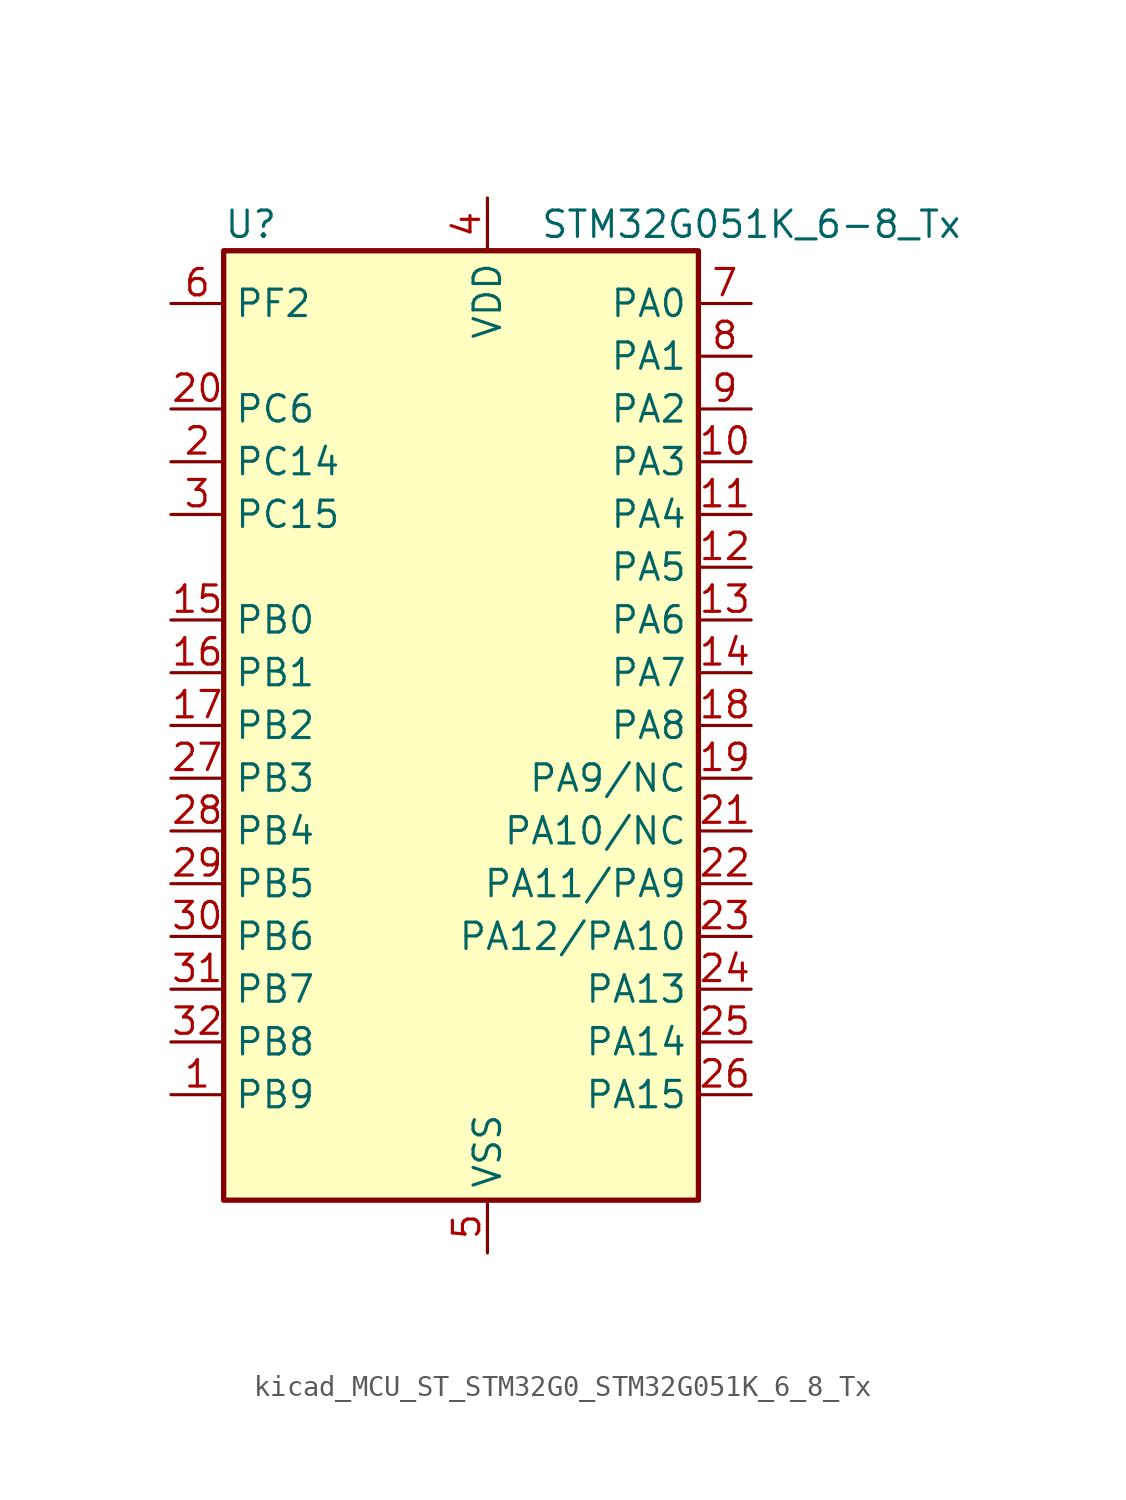
<source format=kicad_sym>
(kicad_symbol_lib
  (version 20220914)
  (generator kicad_symbol_editor)
  (symbol "kicad_MCU_ST_STM32G0_STM32G051K_6_8_Tx"
    (property "Reference" "U"
      (at -10.16 24.13 0)
      (effects (font (size 1.27 1.27)) (justify left)))
    (property "Value" "STM32G051K_6-8_Tx"
      (at 5.08 24.13 0)
      (effects (font (size 1.27 1.27)) (justify left)))
    (property "ki_locked" ""
      (at 0 0 0)
      (effects (font (size 1.27 1.27))))
    (symbol "kicad_MCU_ST_STM32G0_STM32G051K_6_8_Tx_0_1"
      (rectangle (start -10.16 -22.86) (end 12.7 22.86) (stroke (width 0.254) (type default)) (fill (type background))))
    (symbol "kicad_MCU_ST_STM32G0_STM32G051K_6_8_Tx_1_1"
      (pin bidirectional line (at -12.7 -17.78 0) (length 2.54) (name "PB9" (effects (font (size 1.27 1.27)))) (number "1" (effects (font (size 1.27 1.27)))) (alternate "DAC1_EXTI9" bidirectional line) (alternate "I2C1_SDA" bidirectional line) (alternate "IR_OUT" bidirectional line) (alternate "SPI2_NSS" bidirectional line) (alternate "TIM17_CH1" bidirectional line))
      (pin bidirectional line (at 15.24 12.7 180) (length 2.54) (name "PA3" (effects (font (size 1.27 1.27)))) (number "10" (effects (font (size 1.27 1.27)))) (alternate "ADC1_IN3" bidirectional line) (alternate "COMP2_INP" bidirectional line) (alternate "LPUART1_RX" bidirectional line) (alternate "SPI2_MISO" bidirectional line) (alternate "TIM15_CH2" bidirectional line) (alternate "TIM2_CH4" bidirectional line) (alternate "USART2_RX" bidirectional line))
      (pin bidirectional line (at 15.24 10.16 180) (length 2.54) (name "PA4" (effects (font (size 1.27 1.27)))) (number "11" (effects (font (size 1.27 1.27)))) (alternate "ADC1_IN4" bidirectional line) (alternate "DAC1_OUT1" bidirectional line) (alternate "I2S1_WS" bidirectional line) (alternate "LPTIM2_OUT" bidirectional line) (alternate "RTC_OUT1" bidirectional line) (alternate "RTC_TAMP_IN1" bidirectional line) (alternate "RTC_TS" bidirectional line) (alternate "SPI1_NSS" bidirectional line) (alternate "SPI2_MOSI" bidirectional line) (alternate "SYS_WKUP2" bidirectional line) (alternate "TIM14_CH1" bidirectional line))
      (pin bidirectional line (at 15.24 7.62 180) (length 2.54) (name "PA5" (effects (font (size 1.27 1.27)))) (number "12" (effects (font (size 1.27 1.27)))) (alternate "ADC1_IN5" bidirectional line) (alternate "DAC1_OUT2" bidirectional line) (alternate "I2S1_CK" bidirectional line) (alternate "LPTIM2_ETR" bidirectional line) (alternate "SPI1_SCK" bidirectional line) (alternate "TIM2_CH1" bidirectional line) (alternate "TIM2_ETR" bidirectional line))
      (pin bidirectional line (at 15.24 5.08 180) (length 2.54) (name "PA6" (effects (font (size 1.27 1.27)))) (number "13" (effects (font (size 1.27 1.27)))) (alternate "ADC1_IN6" bidirectional line) (alternate "COMP1_OUT" bidirectional line) (alternate "I2S1_MCK" bidirectional line) (alternate "LPUART1_CTS" bidirectional line) (alternate "SPI1_MISO" bidirectional line) (alternate "TIM16_CH1" bidirectional line) (alternate "TIM1_BK" bidirectional line) (alternate "TIM3_CH1" bidirectional line))
      (pin bidirectional line (at 15.24 2.54 180) (length 2.54) (name "PA7" (effects (font (size 1.27 1.27)))) (number "14" (effects (font (size 1.27 1.27)))) (alternate "ADC1_IN7" bidirectional line) (alternate "COMP2_OUT" bidirectional line) (alternate "I2S1_SD" bidirectional line) (alternate "SPI1_MOSI" bidirectional line) (alternate "TIM14_CH1" bidirectional line) (alternate "TIM17_CH1" bidirectional line) (alternate "TIM1_CH1N" bidirectional line) (alternate "TIM3_CH2" bidirectional line))
      (pin bidirectional line (at -12.7 5.08 0) (length 2.54) (name "PB0" (effects (font (size 1.27 1.27)))) (number "15" (effects (font (size 1.27 1.27)))) (alternate "ADC1_IN8" bidirectional line) (alternate "COMP1_OUT" bidirectional line) (alternate "I2S1_WS" bidirectional line) (alternate "LPTIM1_OUT" bidirectional line) (alternate "SPI1_NSS" bidirectional line) (alternate "TIM1_CH2N" bidirectional line) (alternate "TIM3_CH3" bidirectional line))
      (pin bidirectional line (at -12.7 2.54 0) (length 2.54) (name "PB1" (effects (font (size 1.27 1.27)))) (number "16" (effects (font (size 1.27 1.27)))) (alternate "ADC1_IN9" bidirectional line) (alternate "COMP1_INM" bidirectional line) (alternate "LPTIM2_IN1" bidirectional line) (alternate "LPUART1_DE" bidirectional line) (alternate "LPUART1_RTS" bidirectional line) (alternate "TIM14_CH1" bidirectional line) (alternate "TIM1_CH3N" bidirectional line) (alternate "TIM3_CH4" bidirectional line))
      (pin bidirectional line (at -12.7 0 0) (length 2.54) (name "PB2" (effects (font (size 1.27 1.27)))) (number "17" (effects (font (size 1.27 1.27)))) (alternate "ADC1_IN10" bidirectional line) (alternate "COMP1_INP" bidirectional line) (alternate "LPTIM1_OUT" bidirectional line) (alternate "SPI2_MISO" bidirectional line))
      (pin bidirectional line (at 15.24 0 180) (length 2.54) (name "PA8" (effects (font (size 1.27 1.27)))) (number "18" (effects (font (size 1.27 1.27)))) (alternate "LPTIM2_OUT" bidirectional line) (alternate "RCC_MCO" bidirectional line) (alternate "SPI2_NSS" bidirectional line) (alternate "TIM1_CH1" bidirectional line))
      (pin bidirectional line (at 15.24 -2.54 180) (length 2.54) (name "PA9/NC" (effects (font (size 1.27 1.27)))) (number "19" (effects (font (size 1.27 1.27)))) (alternate "DAC1_EXTI9" bidirectional line) (alternate "I2C1_SCL" bidirectional line) (alternate "RCC_MCO" bidirectional line) (alternate "SPI2_MISO" bidirectional line) (alternate "TIM15_BK" bidirectional line) (alternate "TIM1_CH2" bidirectional line) (alternate "USART1_TX" bidirectional line))
      (pin bidirectional line (at -12.7 12.7 0) (length 2.54) (name "PC14" (effects (font (size 1.27 1.27)))) (number "2" (effects (font (size 1.27 1.27)))) (alternate "RCC_OSC32_IN" bidirectional line) (alternate "RCC_OSC_IN" bidirectional line) (alternate "TIM1_BK2" bidirectional line))
      (pin bidirectional line (at -12.7 15.24 0) (length 2.54) (name "PC6" (effects (font (size 1.27 1.27)))) (number "20" (effects (font (size 1.27 1.27)))) (alternate "TIM2_CH3" bidirectional line) (alternate "TIM3_CH1" bidirectional line))
      (pin bidirectional line (at 15.24 -5.08 180) (length 2.54) (name "PA10/NC" (effects (font (size 1.27 1.27)))) (number "21" (effects (font (size 1.27 1.27)))) (alternate "I2C1_SDA" bidirectional line) (alternate "SPI2_MOSI" bidirectional line) (alternate "TIM17_BK" bidirectional line) (alternate "TIM1_CH3" bidirectional line) (alternate "USART1_RX" bidirectional line))
      (pin bidirectional line (at 15.24 -7.62 180) (length 2.54) (name "PA11/PA9" (effects (font (size 1.27 1.27)))) (number "22" (effects (font (size 1.27 1.27)))) (alternate "ADC1_EXTI11" bidirectional line) (alternate "ADC1_IN15" bidirectional line) (alternate "COMP1_OUT" bidirectional line) (alternate "I2C2_SCL" bidirectional line) (alternate "I2S1_MCK" bidirectional line) (alternate "SPI1_MISO" bidirectional line) (alternate "TIM1_BK2" bidirectional line) (alternate "TIM1_CH4" bidirectional line) (alternate "USART1_CTS" bidirectional line) (alternate "USART1_NSS" bidirectional line))
      (pin bidirectional line (at 15.24 -10.16 180) (length 2.54) (name "PA12/PA10" (effects (font (size 1.27 1.27)))) (number "23" (effects (font (size 1.27 1.27)))) (alternate "ADC1_IN16" bidirectional line) (alternate "COMP2_OUT" bidirectional line) (alternate "I2C2_SDA" bidirectional line) (alternate "I2S1_SD" bidirectional line) (alternate "I2S_CKIN" bidirectional line) (alternate "SPI1_MOSI" bidirectional line) (alternate "TIM1_ETR" bidirectional line) (alternate "USART1_CK" bidirectional line) (alternate "USART1_DE" bidirectional line) (alternate "USART1_RTS" bidirectional line))
      (pin bidirectional line (at 15.24 -12.7 180) (length 2.54) (name "PA13" (effects (font (size 1.27 1.27)))) (number "24" (effects (font (size 1.27 1.27)))) (alternate "ADC1_IN17" bidirectional line) (alternate "IR_OUT" bidirectional line) (alternate "SYS_SWDIO" bidirectional line))
      (pin bidirectional line (at 15.24 -15.24 180) (length 2.54) (name "PA14" (effects (font (size 1.27 1.27)))) (number "25" (effects (font (size 1.27 1.27)))) (alternate "ADC1_IN18" bidirectional line) (alternate "SYS_SWCLK" bidirectional line) (alternate "USART2_TX" bidirectional line))
      (pin bidirectional line (at 15.24 -17.78 180) (length 2.54) (name "PA15" (effects (font (size 1.27 1.27)))) (number "26" (effects (font (size 1.27 1.27)))) (alternate "I2S1_WS" bidirectional line) (alternate "SPI1_NSS" bidirectional line) (alternate "TIM2_CH1" bidirectional line) (alternate "TIM2_ETR" bidirectional line) (alternate "USART2_RX" bidirectional line))
      (pin bidirectional line (at -12.7 -2.54 0) (length 2.54) (name "PB3" (effects (font (size 1.27 1.27)))) (number "27" (effects (font (size 1.27 1.27)))) (alternate "COMP2_INM" bidirectional line) (alternate "I2S1_CK" bidirectional line) (alternate "SPI1_SCK" bidirectional line) (alternate "TIM1_CH2" bidirectional line) (alternate "TIM2_CH2" bidirectional line) (alternate "USART1_CK" bidirectional line) (alternate "USART1_DE" bidirectional line) (alternate "USART1_RTS" bidirectional line))
      (pin bidirectional line (at -12.7 -5.08 0) (length 2.54) (name "PB4" (effects (font (size 1.27 1.27)))) (number "28" (effects (font (size 1.27 1.27)))) (alternate "COMP2_INP" bidirectional line) (alternate "I2S1_MCK" bidirectional line) (alternate "SPI1_MISO" bidirectional line) (alternate "TIM17_BK" bidirectional line) (alternate "TIM3_CH1" bidirectional line) (alternate "USART1_CTS" bidirectional line) (alternate "USART1_NSS" bidirectional line))
      (pin bidirectional line (at -12.7 -7.62 0) (length 2.54) (name "PB5" (effects (font (size 1.27 1.27)))) (number "29" (effects (font (size 1.27 1.27)))) (alternate "COMP2_OUT" bidirectional line) (alternate "I2C1_SMBA" bidirectional line) (alternate "I2S1_SD" bidirectional line) (alternate "LPTIM1_IN1" bidirectional line) (alternate "SPI1_MOSI" bidirectional line) (alternate "SYS_WKUP6" bidirectional line) (alternate "TIM16_BK" bidirectional line) (alternate "TIM3_CH2" bidirectional line))
      (pin bidirectional line (at -12.7 10.16 0) (length 2.54) (name "PC15" (effects (font (size 1.27 1.27)))) (number "3" (effects (font (size 1.27 1.27)))) (alternate "RCC_OSC32_EN" bidirectional line) (alternate "RCC_OSC32_OUT" bidirectional line) (alternate "RCC_OSC_EN" bidirectional line) (alternate "TIM15_BK" bidirectional line))
      (pin bidirectional line (at -12.7 -10.16 0) (length 2.54) (name "PB6" (effects (font (size 1.27 1.27)))) (number "30" (effects (font (size 1.27 1.27)))) (alternate "COMP2_INP" bidirectional line) (alternate "I2C1_SCL" bidirectional line) (alternate "LPTIM1_ETR" bidirectional line) (alternate "SPI2_MISO" bidirectional line) (alternate "TIM16_CH1N" bidirectional line) (alternate "TIM1_CH3" bidirectional line) (alternate "USART1_TX" bidirectional line))
      (pin bidirectional line (at -12.7 -12.7 0) (length 2.54) (name "PB7" (effects (font (size 1.27 1.27)))) (number "31" (effects (font (size 1.27 1.27)))) (alternate "ADC1_IN11" bidirectional line) (alternate "COMP2_INM" bidirectional line) (alternate "I2C1_SDA" bidirectional line) (alternate "LPTIM1_IN2" bidirectional line) (alternate "SPI2_MOSI" bidirectional line) (alternate "SYS_PVD_IN" bidirectional line) (alternate "TIM17_CH1N" bidirectional line) (alternate "USART1_RX" bidirectional line))
      (pin bidirectional line (at -12.7 -15.24 0) (length 2.54) (name "PB8" (effects (font (size 1.27 1.27)))) (number "32" (effects (font (size 1.27 1.27)))) (alternate "I2C1_SCL" bidirectional line) (alternate "SPI2_SCK" bidirectional line) (alternate "TIM15_BK" bidirectional line) (alternate "TIM16_CH1" bidirectional line))
      (pin power_in line (at 2.54 25.4 270) (length 2.54) (name "VDD" (effects (font (size 1.27 1.27)))) (number "4" (effects (font (size 1.27 1.27)))))
      (pin power_in line (at 2.54 -25.4 90) (length 2.54) (name "VSS" (effects (font (size 1.27 1.27)))) (number "5" (effects (font (size 1.27 1.27)))))
      (pin bidirectional line (at -12.7 20.32 0) (length 2.54) (name "PF2" (effects (font (size 1.27 1.27)))) (number "6" (effects (font (size 1.27 1.27)))) (alternate "RCC_MCO" bidirectional line))
      (pin bidirectional line (at 15.24 20.32 180) (length 2.54) (name "PA0" (effects (font (size 1.27 1.27)))) (number "7" (effects (font (size 1.27 1.27)))) (alternate "ADC1_IN0" bidirectional line) (alternate "COMP1_INM" bidirectional line) (alternate "COMP1_OUT" bidirectional line) (alternate "LPTIM1_OUT" bidirectional line) (alternate "RTC_TAMP_IN2" bidirectional line) (alternate "SPI2_SCK" bidirectional line) (alternate "SYS_WKUP1" bidirectional line) (alternate "TIM2_CH1" bidirectional line) (alternate "TIM2_ETR" bidirectional line) (alternate "USART2_CTS" bidirectional line) (alternate "USART2_NSS" bidirectional line))
      (pin bidirectional line (at 15.24 17.78 180) (length 2.54) (name "PA1" (effects (font (size 1.27 1.27)))) (number "8" (effects (font (size 1.27 1.27)))) (alternate "ADC1_IN1" bidirectional line) (alternate "COMP1_INP" bidirectional line) (alternate "I2C1_SMBA" bidirectional line) (alternate "I2S1_CK" bidirectional line) (alternate "SPI1_SCK" bidirectional line) (alternate "TIM15_CH1N" bidirectional line) (alternate "TIM2_CH2" bidirectional line) (alternate "USART2_CK" bidirectional line) (alternate "USART2_DE" bidirectional line) (alternate "USART2_RTS" bidirectional line))
      (pin bidirectional line (at 15.24 15.24 180) (length 2.54) (name "PA2" (effects (font (size 1.27 1.27)))) (number "9" (effects (font (size 1.27 1.27)))) (alternate "ADC1_IN2" bidirectional line) (alternate "COMP2_INM" bidirectional line) (alternate "COMP2_OUT" bidirectional line) (alternate "I2S1_SD" bidirectional line) (alternate "LPUART1_TX" bidirectional line) (alternate "RCC_LSCO" bidirectional line) (alternate "SPI1_MOSI" bidirectional line) (alternate "SYS_WKUP4" bidirectional line) (alternate "TIM15_CH1" bidirectional line) (alternate "TIM2_CH3" bidirectional line) (alternate "USART2_TX" bidirectional line)))))
</source>
